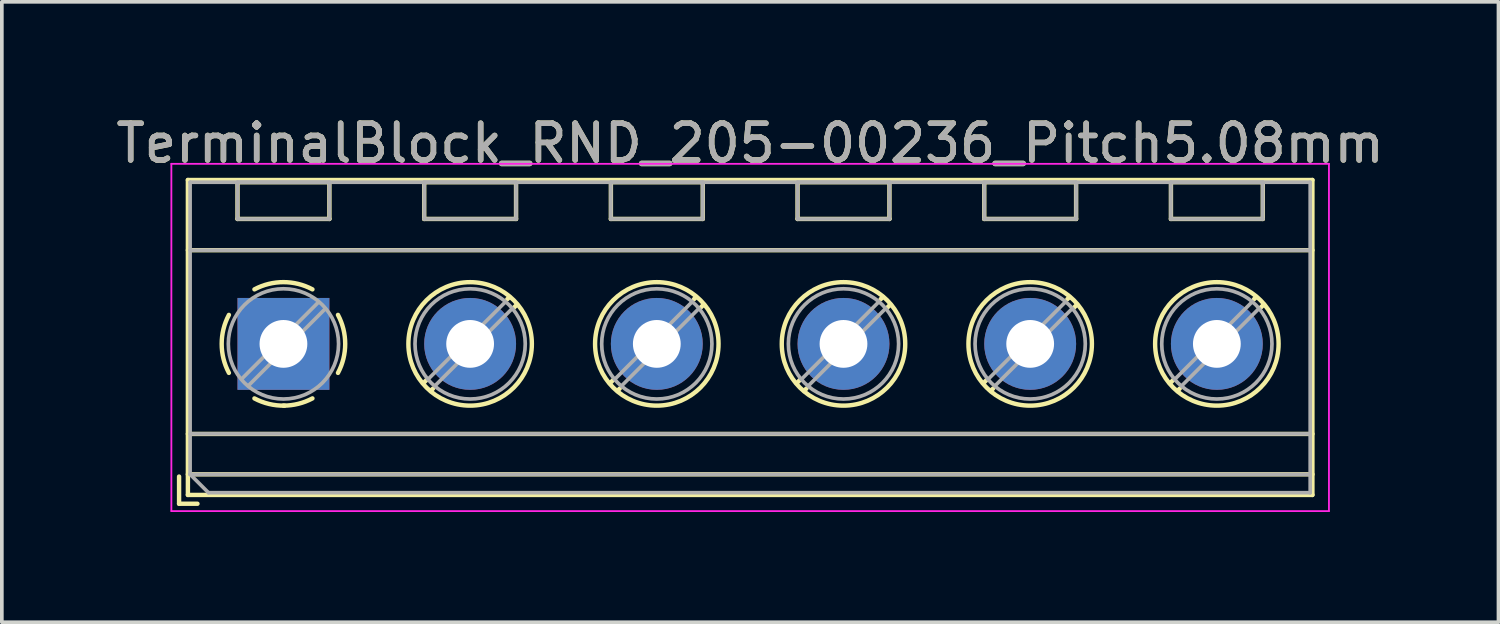
<source format=kicad_pcb>
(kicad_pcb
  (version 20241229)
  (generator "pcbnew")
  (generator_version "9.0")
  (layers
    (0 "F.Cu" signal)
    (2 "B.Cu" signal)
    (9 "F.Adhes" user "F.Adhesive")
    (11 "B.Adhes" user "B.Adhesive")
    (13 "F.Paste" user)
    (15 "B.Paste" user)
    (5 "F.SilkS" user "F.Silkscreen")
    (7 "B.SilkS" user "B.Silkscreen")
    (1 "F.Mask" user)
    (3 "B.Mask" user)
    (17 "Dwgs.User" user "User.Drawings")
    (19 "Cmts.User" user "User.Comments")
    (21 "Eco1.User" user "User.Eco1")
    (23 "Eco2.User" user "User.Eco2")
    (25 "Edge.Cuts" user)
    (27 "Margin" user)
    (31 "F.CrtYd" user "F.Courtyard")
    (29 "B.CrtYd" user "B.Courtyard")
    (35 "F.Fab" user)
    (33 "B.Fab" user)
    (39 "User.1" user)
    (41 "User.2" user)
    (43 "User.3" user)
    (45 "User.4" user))
  (footprint "TerminalBlock_RND_205-00236_Pitch5.08mm"
    (layer "F.Cu")
    (at 4.663 6.308)
    (property "Reference" "TerminalBlock_RND_205-00236_Pitch5.08mm" (at 12.7 -5.46 0) (layer "F.SilkS") (effects (font (size 1 1) (thickness 0.15))))
    (attr through_hole)
    (fp_line (start -2.84 3.61) (end -2.84 4.35) (stroke (width 0.12) (type solid)) (layer "F.SilkS"))
    (fp_line (start -2.84 4.35) (end -2.34 4.35) (stroke (width 0.12) (type solid)) (layer "F.SilkS"))
    (fp_line (start -2.6 -4.46) (end -2.6 4.11) (stroke (width 0.12) (type solid)) (layer "F.SilkS"))
    (fp_line (start -2.6 -2.55) (end 28 -2.55) (stroke (width 0.12) (type solid)) (layer "F.SilkS"))
    (fp_line (start -2.6 2.45) (end 28 2.45) (stroke (width 0.12) (type solid)) (layer "F.SilkS"))
    (fp_line (start -2.6 3.55) (end 28 3.55) (stroke (width 0.12) (type solid)) (layer "F.SilkS"))
    (fp_line (start -2.6 4.11) (end 28 4.11) (stroke (width 0.12) (type solid)) (layer "F.SilkS"))
    (fp_line (start -1.25 -4.4) (end -1.25 -3.4) (stroke (width 0.12) (type solid)) (layer "F.SilkS"))
    (fp_line (start -1.25 -4.4) (end 1.25 -4.4) (stroke (width 0.12) (type solid)) (layer "F.SilkS"))
    (fp_line (start -1.25 -3.4) (end 1.25 -3.4) (stroke (width 0.12) (type solid)) (layer "F.SilkS"))
    (fp_line (start 1.25 -4.4) (end 1.25 -3.4) (stroke (width 0.12) (type solid)) (layer "F.SilkS"))
    (fp_line (start 3.83 -4.4) (end 3.83 -3.4) (stroke (width 0.12) (type solid)) (layer "F.SilkS"))
    (fp_line (start 3.83 -4.4) (end 6.33 -4.4) (stroke (width 0.12) (type solid)) (layer "F.SilkS"))
    (fp_line (start 3.83 -3.4) (end 6.33 -3.4) (stroke (width 0.12) (type solid)) (layer "F.SilkS"))
    (fp_line (start 3.9 0.976) (end 3.806 1.069) (stroke (width 0.12) (type solid)) (layer "F.SilkS"))
    (fp_line (start 4.07 1.216) (end 4.011 1.274) (stroke (width 0.12) (type solid)) (layer "F.SilkS"))
    (fp_line (start 6.15 -1.275) (end 6.091 -1.216) (stroke (width 0.12) (type solid)) (layer "F.SilkS"))
    (fp_line (start 6.33 -4.4) (end 6.33 -3.4) (stroke (width 0.12) (type solid)) (layer "F.SilkS"))
    (fp_line (start 6.355 -1.069) (end 6.261 -0.976) (stroke (width 0.12) (type solid)) (layer "F.SilkS"))
    (fp_line (start 8.91 -4.4) (end 8.91 -3.4) (stroke (width 0.12) (type solid)) (layer "F.SilkS"))
    (fp_line (start 8.91 -4.4) (end 11.41 -4.4) (stroke (width 0.12) (type solid)) (layer "F.SilkS"))
    (fp_line (start 8.91 -3.4) (end 11.41 -3.4) (stroke (width 0.12) (type solid)) (layer "F.SilkS"))
    (fp_line (start 8.98 0.976) (end 8.886 1.069) (stroke (width 0.12) (type solid)) (layer "F.SilkS"))
    (fp_line (start 9.15 1.216) (end 9.091 1.274) (stroke (width 0.12) (type solid)) (layer "F.SilkS"))
    (fp_line (start 11.23 -1.275) (end 11.171 -1.216) (stroke (width 0.12) (type solid)) (layer "F.SilkS"))
    (fp_line (start 11.41 -4.4) (end 11.41 -3.4) (stroke (width 0.12) (type solid)) (layer "F.SilkS"))
    (fp_line (start 11.435 -1.069) (end 11.341 -0.976) (stroke (width 0.12) (type solid)) (layer "F.SilkS"))
    (fp_line (start 13.99 -4.4) (end 13.99 -3.4) (stroke (width 0.12) (type solid)) (layer "F.SilkS"))
    (fp_line (start 13.99 -4.4) (end 16.49 -4.4) (stroke (width 0.12) (type solid)) (layer "F.SilkS"))
    (fp_line (start 13.99 -3.4) (end 16.49 -3.4) (stroke (width 0.12) (type solid)) (layer "F.SilkS"))
    (fp_line (start 14.06 0.976) (end 13.966 1.069) (stroke (width 0.12) (type solid)) (layer "F.SilkS"))
    (fp_line (start 14.23 1.216) (end 14.171 1.274) (stroke (width 0.12) (type solid)) (layer "F.SilkS"))
    (fp_line (start 16.31 -1.275) (end 16.251 -1.216) (stroke (width 0.12) (type solid)) (layer "F.SilkS"))
    (fp_line (start 16.49 -4.4) (end 16.49 -3.4) (stroke (width 0.12) (type solid)) (layer "F.SilkS"))
    (fp_line (start 16.515 -1.069) (end 16.421 -0.976) (stroke (width 0.12) (type solid)) (layer "F.SilkS"))
    (fp_line (start 19.07 -4.4) (end 19.07 -3.4) (stroke (width 0.12) (type solid)) (layer "F.SilkS"))
    (fp_line (start 19.07 -4.4) (end 21.57 -4.4) (stroke (width 0.12) (type solid)) (layer "F.SilkS"))
    (fp_line (start 19.07 -3.4) (end 21.57 -3.4) (stroke (width 0.12) (type solid)) (layer "F.SilkS"))
    (fp_line (start 19.14 0.976) (end 19.046 1.069) (stroke (width 0.12) (type solid)) (layer "F.SilkS"))
    (fp_line (start 19.31 1.216) (end 19.251 1.274) (stroke (width 0.12) (type solid)) (layer "F.SilkS"))
    (fp_line (start 21.39 -1.275) (end 21.331 -1.216) (stroke (width 0.12) (type solid)) (layer "F.SilkS"))
    (fp_line (start 21.57 -4.4) (end 21.57 -3.4) (stroke (width 0.12) (type solid)) (layer "F.SilkS"))
    (fp_line (start 21.595 -1.069) (end 21.501 -0.976) (stroke (width 0.12) (type solid)) (layer "F.SilkS"))
    (fp_line (start 24.15 -4.4) (end 24.15 -3.4) (stroke (width 0.12) (type solid)) (layer "F.SilkS"))
    (fp_line (start 24.15 -4.4) (end 26.65 -4.4) (stroke (width 0.12) (type solid)) (layer "F.SilkS"))
    (fp_line (start 24.15 -3.4) (end 26.65 -3.4) (stroke (width 0.12) (type solid)) (layer "F.SilkS"))
    (fp_line (start 24.22 0.976) (end 24.126 1.069) (stroke (width 0.12) (type solid)) (layer "F.SilkS"))
    (fp_line (start 24.39 1.216) (end 24.331 1.274) (stroke (width 0.12) (type solid)) (layer "F.SilkS"))
    (fp_line (start 26.47 -1.275) (end 26.411 -1.216) (stroke (width 0.12) (type solid)) (layer "F.SilkS"))
    (fp_line (start 26.65 -4.4) (end 26.65 -3.4) (stroke (width 0.12) (type solid)) (layer "F.SilkS"))
    (fp_line (start 26.675 -1.069) (end 26.581 -0.976) (stroke (width 0.12) (type solid)) (layer "F.SilkS"))
    (fp_line (start 28 -4.46) (end -2.6 -4.46) (stroke (width 0.12) (type solid)) (layer "F.SilkS"))
    (fp_line (start 28 4.11) (end 28 -4.46) (stroke (width 0.12) (type solid)) (layer "F.SilkS"))
    (fp_arc (start -1.483953 0.789089) (mid -1.680708 0.00005) (end -1.484 -0.789) (stroke (width 0.12) (type solid)) (layer "F.SilkS"))
    (fp_arc (start -0.789089 -1.483953) (mid -0.00005 -1.680708) (end 0.789 -1.484) (stroke (width 0.12) (type solid)) (layer "F.SilkS"))
    (fp_arc (start 0.029383 1.68045) (mid -0.392304 1.634281) (end -0.789 1.484) (stroke (width 0.12) (type solid)) (layer "F.SilkS"))
    (fp_arc (start 0.788712 1.483352) (mid 0.406429 1.630097) (end 0 1.68) (stroke (width 0.12) (type solid)) (layer "F.SilkS"))
    (fp_arc (start 1.483953 -0.789089) (mid 1.680708 -0.00005) (end 1.484 0.789) (stroke (width 0.12) (type solid)) (layer "F.SilkS"))
    (fp_circle (center 5.08 0) (end 6.76 0) (stroke (width 0.12) (type solid)) (fill no) (layer "F.SilkS"))
    (fp_circle (center 10.16 0) (end 11.84 0) (stroke (width 0.12) (type solid)) (fill no) (layer "F.SilkS"))
    (fp_circle (center 15.24 0) (end 16.92 0) (stroke (width 0.12) (type solid)) (fill no) (layer "F.SilkS"))
    (fp_circle (center 20.32 0) (end 22 0) (stroke (width 0.12) (type solid)) (fill no) (layer "F.SilkS"))
    (fp_circle (center 25.4 0) (end 27.08 0) (stroke (width 0.12) (type solid)) (fill no) (layer "F.SilkS"))
    (fp_line (start -3.05 -4.9) (end -3.05 4.55) (stroke (width 0.05) (type solid)) (layer "F.CrtYd"))
    (fp_line (start -3.05 4.55) (end 28.45 4.55) (stroke (width 0.05) (type solid)) (layer "F.CrtYd"))
    (fp_line (start 28.45 -4.9) (end -3.05 -4.9) (stroke (width 0.05) (type solid)) (layer "F.CrtYd"))
    (fp_line (start 28.45 4.55) (end 28.45 -4.9) (stroke (width 0.05) (type solid)) (layer "F.CrtYd"))
    (fp_line (start -2.54 -4.4) (end 27.94 -4.4) (stroke (width 0.1) (type solid)) (layer "F.Fab"))
    (fp_line (start -2.54 -2.55) (end 27.94 -2.55) (stroke (width 0.1) (type solid)) (layer "F.Fab"))
    (fp_line (start -2.54 2.45) (end 27.94 2.45) (stroke (width 0.1) (type solid)) (layer "F.Fab"))
    (fp_line (start -2.54 3.55) (end -2.54 -4.4) (stroke (width 0.1) (type solid)) (layer "F.Fab"))
    (fp_line (start -2.54 3.55) (end 27.94 3.55) (stroke (width 0.1) (type solid)) (layer "F.Fab"))
    (fp_line (start -2.04 4.05) (end -2.54 3.55) (stroke (width 0.1) (type solid)) (layer "F.Fab"))
    (fp_line (start -1.25 -4.4) (end -1.25 -3.4) (stroke (width 0.1) (type solid)) (layer "F.Fab"))
    (fp_line (start -1.25 -3.4) (end 1.25 -3.4) (stroke (width 0.1) (type solid)) (layer "F.Fab"))
    (fp_line (start 0.955 -1.138) (end -1.138 0.955) (stroke (width 0.1) (type solid)) (layer "F.Fab"))
    (fp_line (start 1.138 -0.955) (end -0.955 1.138) (stroke (width 0.1) (type solid)) (layer "F.Fab"))
    (fp_line (start 1.25 -4.4) (end -1.25 -4.4) (stroke (width 0.1) (type solid)) (layer "F.Fab"))
    (fp_line (start 1.25 -3.4) (end 1.25 -4.4) (stroke (width 0.1) (type solid)) (layer "F.Fab"))
    (fp_line (start 3.83 -4.4) (end 3.83 -3.4) (stroke (width 0.1) (type solid)) (layer "F.Fab"))
    (fp_line (start 3.83 -3.4) (end 6.33 -3.4) (stroke (width 0.1) (type solid)) (layer "F.Fab"))
    (fp_line (start 6.035 -1.138) (end 3.943 0.955) (stroke (width 0.1) (type solid)) (layer "F.Fab"))
    (fp_line (start 6.218 -0.955) (end 4.126 1.138) (stroke (width 0.1) (type solid)) (layer "F.Fab"))
    (fp_line (start 6.33 -4.4) (end 3.83 -4.4) (stroke (width 0.1) (type solid)) (layer "F.Fab"))
    (fp_line (start 6.33 -3.4) (end 6.33 -4.4) (stroke (width 0.1) (type solid)) (layer "F.Fab"))
    (fp_line (start 8.91 -4.4) (end 8.91 -3.4) (stroke (width 0.1) (type solid)) (layer "F.Fab"))
    (fp_line (start 8.91 -3.4) (end 11.41 -3.4) (stroke (width 0.1) (type solid)) (layer "F.Fab"))
    (fp_line (start 11.115 -1.138) (end 9.023 0.955) (stroke (width 0.1) (type solid)) (layer "F.Fab"))
    (fp_line (start 11.298 -0.955) (end 9.206 1.138) (stroke (width 0.1) (type solid)) (layer "F.Fab"))
    (fp_line (start 11.41 -4.4) (end 8.91 -4.4) (stroke (width 0.1) (type solid)) (layer "F.Fab"))
    (fp_line (start 11.41 -3.4) (end 11.41 -4.4) (stroke (width 0.1) (type solid)) (layer "F.Fab"))
    (fp_line (start 13.99 -4.4) (end 13.99 -3.4) (stroke (width 0.1) (type solid)) (layer "F.Fab"))
    (fp_line (start 13.99 -3.4) (end 16.49 -3.4) (stroke (width 0.1) (type solid)) (layer "F.Fab"))
    (fp_line (start 16.195 -1.138) (end 14.103 0.955) (stroke (width 0.1) (type solid)) (layer "F.Fab"))
    (fp_line (start 16.378 -0.955) (end 14.286 1.138) (stroke (width 0.1) (type solid)) (layer "F.Fab"))
    (fp_line (start 16.49 -4.4) (end 13.99 -4.4) (stroke (width 0.1) (type solid)) (layer "F.Fab"))
    (fp_line (start 16.49 -3.4) (end 16.49 -4.4) (stroke (width 0.1) (type solid)) (layer "F.Fab"))
    (fp_line (start 19.07 -4.4) (end 19.07 -3.4) (stroke (width 0.1) (type solid)) (layer "F.Fab"))
    (fp_line (start 19.07 -3.4) (end 21.57 -3.4) (stroke (width 0.1) (type solid)) (layer "F.Fab"))
    (fp_line (start 21.275 -1.138) (end 19.183 0.955) (stroke (width 0.1) (type solid)) (layer "F.Fab"))
    (fp_line (start 21.458 -0.955) (end 19.366 1.138) (stroke (width 0.1) (type solid)) (layer "F.Fab"))
    (fp_line (start 21.57 -4.4) (end 19.07 -4.4) (stroke (width 0.1) (type solid)) (layer "F.Fab"))
    (fp_line (start 21.57 -3.4) (end 21.57 -4.4) (stroke (width 0.1) (type solid)) (layer "F.Fab"))
    (fp_line (start 24.15 -4.4) (end 24.15 -3.4) (stroke (width 0.1) (type solid)) (layer "F.Fab"))
    (fp_line (start 24.15 -3.4) (end 26.65 -3.4) (stroke (width 0.1) (type solid)) (layer "F.Fab"))
    (fp_line (start 26.355 -1.138) (end 24.263 0.955) (stroke (width 0.1) (type solid)) (layer "F.Fab"))
    (fp_line (start 26.538 -0.955) (end 24.446 1.138) (stroke (width 0.1) (type solid)) (layer "F.Fab"))
    (fp_line (start 26.65 -4.4) (end 24.15 -4.4) (stroke (width 0.1) (type solid)) (layer "F.Fab"))
    (fp_line (start 26.65 -3.4) (end 26.65 -4.4) (stroke (width 0.1) (type solid)) (layer "F.Fab"))
    (fp_line (start 27.94 -4.4) (end 27.94 4.05) (stroke (width 0.1) (type solid)) (layer "F.Fab"))
    (fp_line (start 27.94 4.05) (end -2.04 4.05) (stroke (width 0.1) (type solid)) (layer "F.Fab"))
    (fp_circle (center 0 0) (end 1.5 0) (stroke (width 0.1) (type solid)) (fill no) (layer "F.Fab"))
    (fp_circle (center 5.08 0) (end 6.58 0) (stroke (width 0.1) (type solid)) (fill no) (layer "F.Fab"))
    (fp_circle (center 10.16 0) (end 11.66 0) (stroke (width 0.1) (type solid)) (fill no) (layer "F.Fab"))
    (fp_circle (center 15.24 0) (end 16.74 0) (stroke (width 0.1) (type solid)) (fill no) (layer "F.Fab"))
    (fp_circle (center 20.32 0) (end 21.82 0) (stroke (width 0.1) (type solid)) (fill no) (layer "F.Fab"))
    (fp_circle (center 25.4 0) (end 26.9 0) (stroke (width 0.1) (type solid)) (fill no) (layer "F.Fab"))
    (fp_text user "${REFERENCE}" (at 12.7 -5.46 0) (layer "F.Fab") (effects (font (size 1 1) (thickness 0.15))))
    (pad "1" thru_hole rect (at 0 0) (size 2.5 2.5) (drill 1.3) (layers "*.Cu" "*.Mask"))
    (pad "2" thru_hole circle (at 5.08 0) (size 2.5 2.5) (drill 1.3) (layers "*.Cu" "*.Mask"))
    (pad "3" thru_hole circle (at 10.16 0) (size 2.5 2.5) (drill 1.3) (layers "*.Cu" "*.Mask"))
    (pad "4" thru_hole circle (at 15.24 0) (size 2.5 2.5) (drill 1.3) (layers "*.Cu" "*.Mask"))
    (pad "5" thru_hole circle (at 20.32 0) (size 2.5 2.5) (drill 1.3) (layers "*.Cu" "*.Mask"))
    (pad "6" thru_hole circle (at 25.4 0) (size 2.5 2.5) (drill 1.3) (layers "*.Cu" "*.Mask")))
  (gr_rect
    (start -3 -3)
    (end 37.726 13.883)
    (stroke (width 0.1) (type default))
    (fill no)
    (layer "Edge.Cuts")))
</source>
